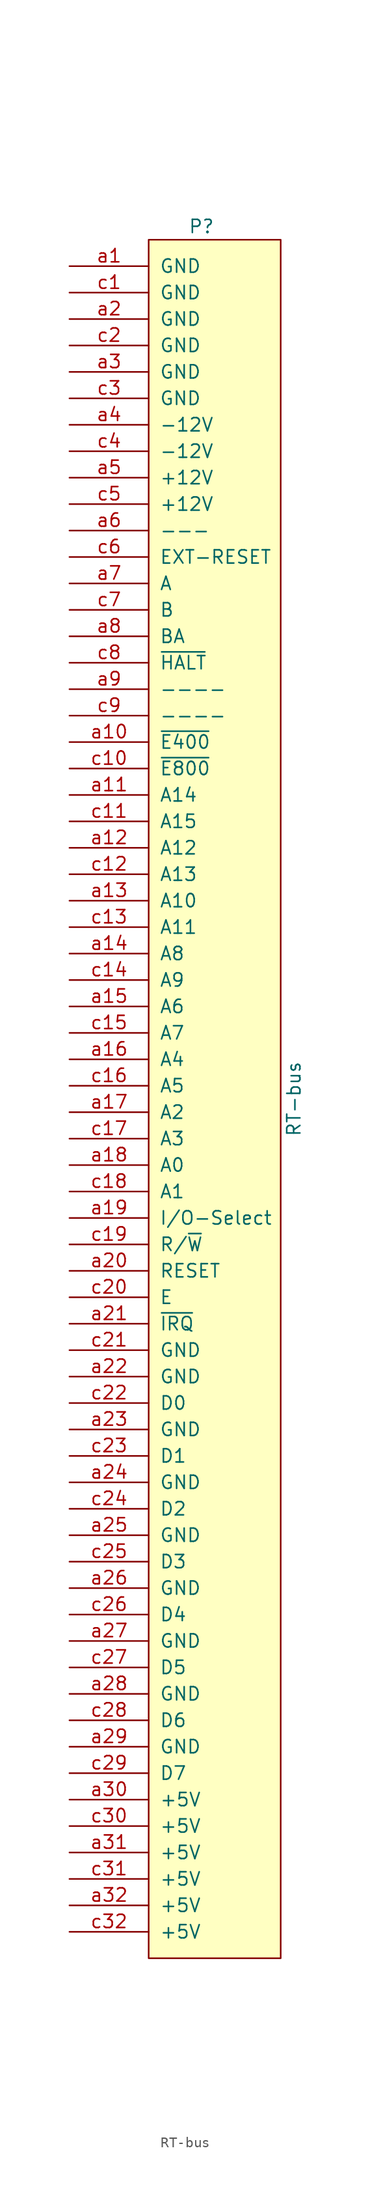
<source format=kicad_sym>
(kicad_symbol_lib
  (version 20220914)
  (generator kicad_symbol_editor)
  (symbol "RT-bus"
    (pin_names
      (offset 1.016))
    (property "Reference" "P"
      (at 0 83.82 0)
      (effects (font (size 1.27 1.27))))
    (property "Value" "RT-bus"
      (at 8.89 0 90)
      (effects (font (size 1.27 1.27))))
    (property "Footprint" ""
      (at 0 0 0)
      (effects (font (size 1.27 1.27))))
    (property "Datasheet" ""
      (at 0 0 0)
      (effects (font (size 1.27 1.27))))
    (symbol "RT-bus_0_1"
      (rectangle (start -5.08 82.55) (end 7.62 -82.55) (stroke (width 0) (type solid)) (fill (type background))))
    (symbol "RT-bus_1_1"
      (pin passive line (at -12.7 80.01 0) (length 7.62) (name "GND" (effects (font (size 1.27 1.27)))) (number "a1" (effects (font (size 1.27 1.27)))))
      (pin passive line (at -12.7 34.29 0) (length 7.62) (name "~{E400}" (effects (font (size 1.27 1.27)))) (number "a10" (effects (font (size 1.27 1.27)))))
      (pin passive line (at -12.7 29.21 0) (length 7.62) (name "A14" (effects (font (size 1.27 1.27)))) (number "a11" (effects (font (size 1.27 1.27)))))
      (pin passive line (at -12.7 24.13 0) (length 7.62) (name "A12" (effects (font (size 1.27 1.27)))) (number "a12" (effects (font (size 1.27 1.27)))))
      (pin passive line (at -12.7 19.05 0) (length 7.62) (name "A10" (effects (font (size 1.27 1.27)))) (number "a13" (effects (font (size 1.27 1.27)))))
      (pin passive line (at -12.7 13.97 0) (length 7.62) (name "A8" (effects (font (size 1.27 1.27)))) (number "a14" (effects (font (size 1.27 1.27)))))
      (pin passive line (at -12.7 8.89 0) (length 7.62) (name "A6" (effects (font (size 1.27 1.27)))) (number "a15" (effects (font (size 1.27 1.27)))))
      (pin passive line (at -12.7 3.81 0) (length 7.62) (name "A4" (effects (font (size 1.27 1.27)))) (number "a16" (effects (font (size 1.27 1.27)))))
      (pin passive line (at -12.7 -1.27 0) (length 7.62) (name "A2" (effects (font (size 1.27 1.27)))) (number "a17" (effects (font (size 1.27 1.27)))))
      (pin passive line (at -12.7 -6.35 0) (length 7.62) (name "A0" (effects (font (size 1.27 1.27)))) (number "a18" (effects (font (size 1.27 1.27)))))
      (pin passive line (at -12.7 -11.43 0) (length 7.62) (name "I/O-Select" (effects (font (size 1.27 1.27)))) (number "a19" (effects (font (size 1.27 1.27)))))
      (pin passive line (at -12.7 74.93 0) (length 7.62) (name "GND" (effects (font (size 1.27 1.27)))) (number "a2" (effects (font (size 1.27 1.27)))))
      (pin passive line (at -12.7 -16.51 0) (length 7.62) (name "RESET" (effects (font (size 1.27 1.27)))) (number "a20" (effects (font (size 1.27 1.27)))))
      (pin passive line (at -12.7 -21.59 0) (length 7.62) (name "~{IRQ}" (effects (font (size 1.27 1.27)))) (number "a21" (effects (font (size 1.27 1.27)))))
      (pin passive line (at -12.7 -26.67 0) (length 7.62) (name "GND" (effects (font (size 1.27 1.27)))) (number "a22" (effects (font (size 1.27 1.27)))))
      (pin passive line (at -12.7 -31.75 0) (length 7.62) (name "GND" (effects (font (size 1.27 1.27)))) (number "a23" (effects (font (size 1.27 1.27)))))
      (pin passive line (at -12.7 -36.83 0) (length 7.62) (name "GND" (effects (font (size 1.27 1.27)))) (number "a24" (effects (font (size 1.27 1.27)))))
      (pin passive line (at -12.7 -41.91 0) (length 7.62) (name "GND" (effects (font (size 1.27 1.27)))) (number "a25" (effects (font (size 1.27 1.27)))))
      (pin passive line (at -12.7 -46.99 0) (length 7.62) (name "GND" (effects (font (size 1.27 1.27)))) (number "a26" (effects (font (size 1.27 1.27)))))
      (pin passive line (at -12.7 -52.07 0) (length 7.62) (name "GND" (effects (font (size 1.27 1.27)))) (number "a27" (effects (font (size 1.27 1.27)))))
      (pin passive line (at -12.7 -57.15 0) (length 7.62) (name "GND" (effects (font (size 1.27 1.27)))) (number "a28" (effects (font (size 1.27 1.27)))))
      (pin passive line (at -12.7 -62.23 0) (length 7.62) (name "GND" (effects (font (size 1.27 1.27)))) (number "a29" (effects (font (size 1.27 1.27)))))
      (pin passive line (at -12.7 69.85 0) (length 7.62) (name "GND" (effects (font (size 1.27 1.27)))) (number "a3" (effects (font (size 1.27 1.27)))))
      (pin passive line (at -12.7 -67.31 0) (length 7.62) (name "+5V" (effects (font (size 1.27 1.27)))) (number "a30" (effects (font (size 1.27 1.27)))))
      (pin passive line (at -12.7 -72.39 0) (length 7.62) (name "+5V" (effects (font (size 1.27 1.27)))) (number "a31" (effects (font (size 1.27 1.27)))))
      (pin passive line (at -12.7 -77.47 0) (length 7.62) (name "+5V" (effects (font (size 1.27 1.27)))) (number "a32" (effects (font (size 1.27 1.27)))))
      (pin passive line (at -12.7 64.77 0) (length 7.62) (name "-12V" (effects (font (size 1.27 1.27)))) (number "a4" (effects (font (size 1.27 1.27)))))
      (pin passive line (at -12.7 59.69 0) (length 7.62) (name "+12V" (effects (font (size 1.27 1.27)))) (number "a5" (effects (font (size 1.27 1.27)))))
      (pin passive line (at -12.7 54.61 0) (length 7.62) (name "---" (effects (font (size 1.27 1.27)))) (number "a6" (effects (font (size 1.27 1.27)))))
      (pin passive line (at -12.7 49.53 0) (length 7.62) (name "A" (effects (font (size 1.27 1.27)))) (number "a7" (effects (font (size 1.27 1.27)))))
      (pin passive line (at -12.7 44.45 0) (length 7.62) (name "BA" (effects (font (size 1.27 1.27)))) (number "a8" (effects (font (size 1.27 1.27)))))
      (pin passive line (at -12.7 39.37 0) (length 7.62) (name "----" (effects (font (size 1.27 1.27)))) (number "a9" (effects (font (size 1.27 1.27)))))
      (pin passive line (at -12.7 77.47 0) (length 7.62) (name "GND" (effects (font (size 1.27 1.27)))) (number "c1" (effects (font (size 1.27 1.27)))))
      (pin passive line (at -12.7 31.75 0) (length 7.62) (name "~{E800}" (effects (font (size 1.27 1.27)))) (number "c10" (effects (font (size 1.27 1.27)))))
      (pin passive line (at -12.7 26.67 0) (length 7.62) (name "A15" (effects (font (size 1.27 1.27)))) (number "c11" (effects (font (size 1.27 1.27)))))
      (pin passive line (at -12.7 21.59 0) (length 7.62) (name "A13" (effects (font (size 1.27 1.27)))) (number "c12" (effects (font (size 1.27 1.27)))))
      (pin passive line (at -12.7 16.51 0) (length 7.62) (name "A11" (effects (font (size 1.27 1.27)))) (number "c13" (effects (font (size 1.27 1.27)))))
      (pin passive line (at -12.7 11.43 0) (length 7.62) (name "A9" (effects (font (size 1.27 1.27)))) (number "c14" (effects (font (size 1.27 1.27)))))
      (pin passive line (at -12.7 6.35 0) (length 7.62) (name "A7" (effects (font (size 1.27 1.27)))) (number "c15" (effects (font (size 1.27 1.27)))))
      (pin passive line (at -12.7 1.27 0) (length 7.62) (name "A5" (effects (font (size 1.27 1.27)))) (number "c16" (effects (font (size 1.27 1.27)))))
      (pin passive line (at -12.7 -3.81 0) (length 7.62) (name "A3" (effects (font (size 1.27 1.27)))) (number "c17" (effects (font (size 1.27 1.27)))))
      (pin passive line (at -12.7 -8.89 0) (length 7.62) (name "A1" (effects (font (size 1.27 1.27)))) (number "c18" (effects (font (size 1.27 1.27)))))
      (pin passive line (at -12.7 -13.97 0) (length 7.62) (name "R/~{W}" (effects (font (size 1.27 1.27)))) (number "c19" (effects (font (size 1.27 1.27)))))
      (pin passive line (at -12.7 72.39 0) (length 7.62) (name "GND" (effects (font (size 1.27 1.27)))) (number "c2" (effects (font (size 1.27 1.27)))))
      (pin passive line (at -12.7 -19.05 0) (length 7.62) (name "E" (effects (font (size 1.27 1.27)))) (number "c20" (effects (font (size 1.27 1.27)))))
      (pin passive line (at -12.7 -24.13 0) (length 7.62) (name "GND" (effects (font (size 1.27 1.27)))) (number "c21" (effects (font (size 1.27 1.27)))))
      (pin passive line (at -12.7 -29.21 0) (length 7.62) (name "D0" (effects (font (size 1.27 1.27)))) (number "c22" (effects (font (size 1.27 1.27)))))
      (pin passive line (at -12.7 -34.29 0) (length 7.62) (name "D1" (effects (font (size 1.27 1.27)))) (number "c23" (effects (font (size 1.27 1.27)))))
      (pin passive line (at -12.7 -39.37 0) (length 7.62) (name "D2" (effects (font (size 1.27 1.27)))) (number "c24" (effects (font (size 1.27 1.27)))))
      (pin passive line (at -12.7 -44.45 0) (length 7.62) (name "D3" (effects (font (size 1.27 1.27)))) (number "c25" (effects (font (size 1.27 1.27)))))
      (pin passive line (at -12.7 -49.53 0) (length 7.62) (name "D4" (effects (font (size 1.27 1.27)))) (number "c26" (effects (font (size 1.27 1.27)))))
      (pin passive line (at -12.7 -54.61 0) (length 7.62) (name "D5" (effects (font (size 1.27 1.27)))) (number "c27" (effects (font (size 1.27 1.27)))))
      (pin passive line (at -12.7 -59.69 0) (length 7.62) (name "D6" (effects (font (size 1.27 1.27)))) (number "c28" (effects (font (size 1.27 1.27)))))
      (pin passive line (at -12.7 -64.77 0) (length 7.62) (name "D7" (effects (font (size 1.27 1.27)))) (number "c29" (effects (font (size 1.27 1.27)))))
      (pin passive line (at -12.7 67.31 0) (length 7.62) (name "GND" (effects (font (size 1.27 1.27)))) (number "c3" (effects (font (size 1.27 1.27)))))
      (pin passive line (at -12.7 -69.85 0) (length 7.62) (name "+5V" (effects (font (size 1.27 1.27)))) (number "c30" (effects (font (size 1.27 1.27)))))
      (pin passive line (at -12.7 -74.93 0) (length 7.62) (name "+5V" (effects (font (size 1.27 1.27)))) (number "c31" (effects (font (size 1.27 1.27)))))
      (pin passive line (at -12.7 -80.01 0) (length 7.62) (name "+5V" (effects (font (size 1.27 1.27)))) (number "c32" (effects (font (size 1.27 1.27)))))
      (pin passive line (at -12.7 62.23 0) (length 7.62) (name "-12V" (effects (font (size 1.27 1.27)))) (number "c4" (effects (font (size 1.27 1.27)))))
      (pin passive line (at -12.7 57.15 0) (length 7.62) (name "+12V" (effects (font (size 1.27 1.27)))) (number "c5" (effects (font (size 1.27 1.27)))))
      (pin passive line (at -12.7 52.07 0) (length 7.62) (name "EXT-RESET" (effects (font (size 1.27 1.27)))) (number "c6" (effects (font (size 1.27 1.27)))))
      (pin passive line (at -12.7 46.99 0) (length 7.62) (name "B" (effects (font (size 1.27 1.27)))) (number "c7" (effects (font (size 1.27 1.27)))))
      (pin passive line (at -12.7 41.91 0) (length 7.62) (name "~{HALT}" (effects (font (size 1.27 1.27)))) (number "c8" (effects (font (size 1.27 1.27)))))
      (pin passive line (at -12.7 36.83 0) (length 7.62) (name "----" (effects (font (size 1.27 1.27)))) (number "c9" (effects (font (size 1.27 1.27))))))))
</source>
